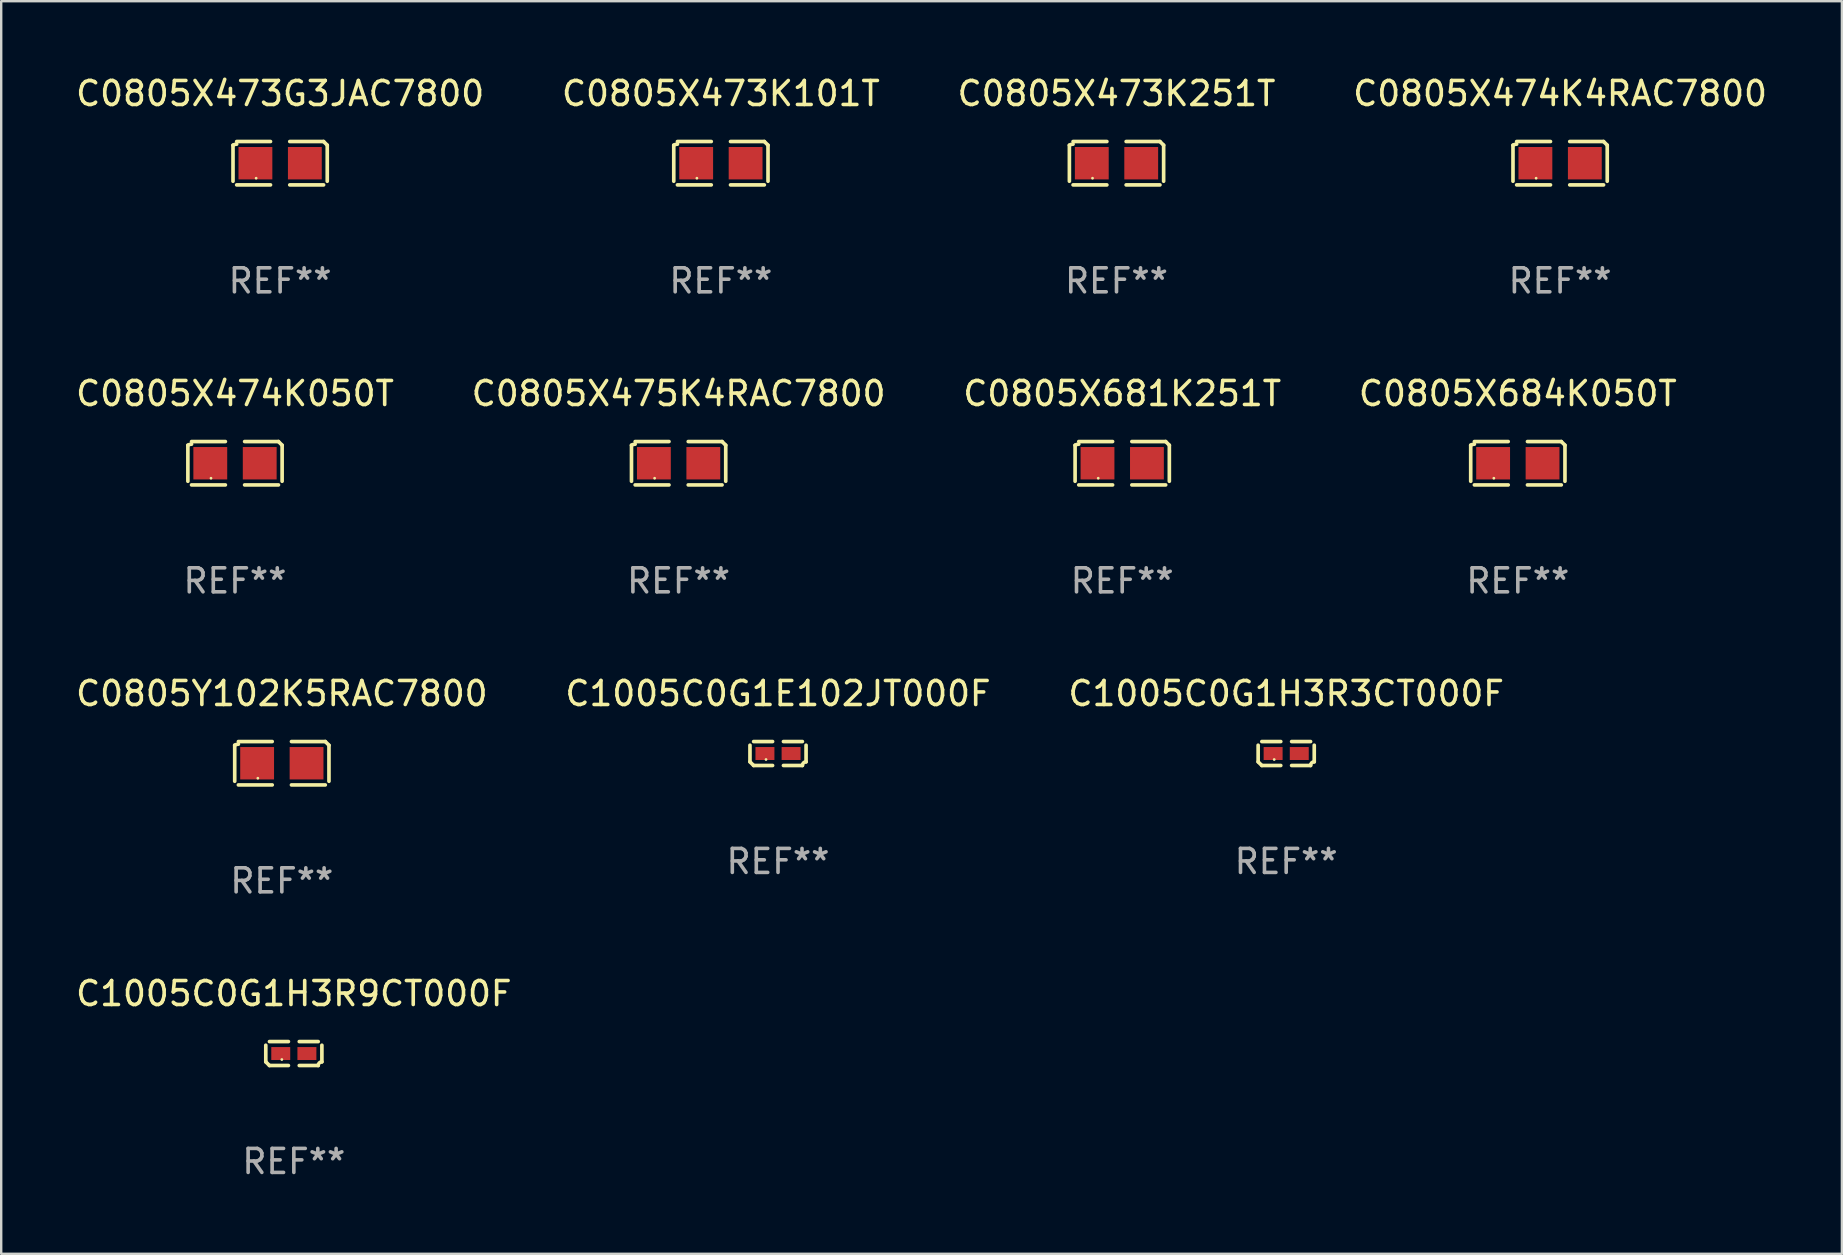
<source format=kicad_pcb>
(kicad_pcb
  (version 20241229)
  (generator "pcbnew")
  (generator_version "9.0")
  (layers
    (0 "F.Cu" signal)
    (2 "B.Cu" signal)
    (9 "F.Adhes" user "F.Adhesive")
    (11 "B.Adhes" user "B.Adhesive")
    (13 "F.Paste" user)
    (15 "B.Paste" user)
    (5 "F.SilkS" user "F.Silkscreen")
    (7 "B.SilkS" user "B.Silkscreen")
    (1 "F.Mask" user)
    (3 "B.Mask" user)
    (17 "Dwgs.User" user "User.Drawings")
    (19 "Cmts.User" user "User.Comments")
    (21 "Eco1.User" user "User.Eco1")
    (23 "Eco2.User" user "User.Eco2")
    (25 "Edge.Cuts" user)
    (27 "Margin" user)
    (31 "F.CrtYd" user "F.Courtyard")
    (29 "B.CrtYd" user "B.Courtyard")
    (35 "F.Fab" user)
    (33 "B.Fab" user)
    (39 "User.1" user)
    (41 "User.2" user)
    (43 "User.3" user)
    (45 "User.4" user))
  (footprint "C0805X473K251T"
    (layer "F.Cu")
    (at 43.482 3.752)
    (property "Reference" "C0805X473K251T" (at 0 -2.904 0) (layer "F.SilkS") (effects (font (size 1 1) (thickness 0.15))))
    (attr through_hole)
    (fp_line (start -1.964 0.751) (end -1.964 -0.751) (stroke (width 0.152) (type solid)) (layer "F.SilkS"))
    (fp_line (start -1.811 -0.904) (end -0.401 -0.904) (stroke (width 0.152) (type solid)) (layer "F.SilkS"))
    (fp_line (start -0.401 0.904) (end -1.811 0.904) (stroke (width 0.152) (type solid)) (layer "F.SilkS"))
    (fp_line (start 0.401 0.904) (end 1.811 0.904) (stroke (width 0.152) (type solid)) (layer "F.SilkS"))
    (fp_line (start 1.811 -0.904) (end 0.401 -0.904) (stroke (width 0.152) (type solid)) (layer "F.SilkS"))
    (fp_line (start 1.964 0.751) (end 1.964 -0.751) (stroke (width 0.152) (type solid)) (layer "F.SilkS"))
    (fp_arc (start -1.963602 -0.751207) (mid -1.890354 -0.783131) (end -1.811201 -0.794044) (stroke (width 0.1524) (type solid)) (layer "F.SilkS"))
    (fp_arc (start 1.811202 -0.903607) (mid 1.887413 -0.827418) (end 1.963602 -0.751207) (stroke (width 0.1524) (type solid)) (layer "F.SilkS"))
    (fp_circle (center -1 0.625) (end -0.97 0.625) (stroke (width 0.06) (type solid)) (fill no) (layer "F.SilkS"))
    (fp_text user "REF**" (at 0 4.904 0) (layer "F.Fab") (effects (font (size 1 1) (thickness 0.15))))
    (pad "1" smd rect (at -1.03 0) (size 1.41 1.35) (layers "F.Cu" "F.Mask" "F.Paste"))
    (pad "2" smd rect (at 1.03 0) (size 1.41 1.35) (layers "F.Cu" "F.Mask" "F.Paste")))
  (footprint "C0805X474K050T"
    (layer "F.Cu")
    (at 6.744 16.256)
    (property "Reference" "C0805X474K050T" (at 0 -2.904 0) (layer "F.SilkS") (effects (font (size 1 1) (thickness 0.15))))
    (attr through_hole)
    (fp_line (start -1.964 0.751) (end -1.964 -0.751) (stroke (width 0.152) (type solid)) (layer "F.SilkS"))
    (fp_line (start -1.811 -0.904) (end -0.401 -0.904) (stroke (width 0.152) (type solid)) (layer "F.SilkS"))
    (fp_line (start -0.401 0.904) (end -1.811 0.904) (stroke (width 0.152) (type solid)) (layer "F.SilkS"))
    (fp_line (start 0.401 0.904) (end 1.811 0.904) (stroke (width 0.152) (type solid)) (layer "F.SilkS"))
    (fp_line (start 1.811 -0.904) (end 0.401 -0.904) (stroke (width 0.152) (type solid)) (layer "F.SilkS"))
    (fp_line (start 1.964 0.751) (end 1.964 -0.751) (stroke (width 0.152) (type solid)) (layer "F.SilkS"))
    (fp_arc (start -1.963602 -0.751207) (mid -1.890354 -0.783131) (end -1.811201 -0.794044) (stroke (width 0.1524) (type solid)) (layer "F.SilkS"))
    (fp_arc (start 1.811202 -0.903607) (mid 1.887413 -0.827418) (end 1.963602 -0.751207) (stroke (width 0.1524) (type solid)) (layer "F.SilkS"))
    (fp_circle (center -1 0.625) (end -0.97 0.625) (stroke (width 0.06) (type solid)) (fill no) (layer "F.SilkS"))
    (fp_text user "REF**" (at 0 4.904 0) (layer "F.Fab") (effects (font (size 1 1) (thickness 0.15))))
    (pad "1" smd rect (at -1.03 0) (size 1.41 1.35) (layers "F.Cu" "F.Mask" "F.Paste"))
    (pad "2" smd rect (at 1.03 0) (size 1.41 1.35) (layers "F.Cu" "F.Mask" "F.Paste")))
  (footprint "C0805X475K4RAC7800"
    (layer "F.Cu")
    (at 25.232 16.256)
    (property "Reference" "C0805X475K4RAC7800" (at 0 -2.904 0) (layer "F.SilkS") (effects (font (size 1 1) (thickness 0.15))))
    (attr through_hole)
    (fp_line (start -1.964 0.751) (end -1.964 -0.751) (stroke (width 0.152) (type solid)) (layer "F.SilkS"))
    (fp_line (start -1.811 -0.904) (end -0.401 -0.904) (stroke (width 0.152) (type solid)) (layer "F.SilkS"))
    (fp_line (start -0.401 0.904) (end -1.811 0.904) (stroke (width 0.152) (type solid)) (layer "F.SilkS"))
    (fp_line (start 0.401 0.904) (end 1.811 0.904) (stroke (width 0.152) (type solid)) (layer "F.SilkS"))
    (fp_line (start 1.811 -0.904) (end 0.401 -0.904) (stroke (width 0.152) (type solid)) (layer "F.SilkS"))
    (fp_line (start 1.964 0.751) (end 1.964 -0.751) (stroke (width 0.152) (type solid)) (layer "F.SilkS"))
    (fp_arc (start -1.963602 -0.751207) (mid -1.890354 -0.783131) (end -1.811201 -0.794044) (stroke (width 0.1524) (type solid)) (layer "F.SilkS"))
    (fp_arc (start 1.811202 -0.903607) (mid 1.887413 -0.827418) (end 1.963602 -0.751207) (stroke (width 0.1524) (type solid)) (layer "F.SilkS"))
    (fp_circle (center -1 0.625) (end -0.97 0.625) (stroke (width 0.06) (type solid)) (fill no) (layer "F.SilkS"))
    (fp_text user "REF**" (at 0 4.904 0) (layer "F.Fab") (effects (font (size 1 1) (thickness 0.15))))
    (pad "1" smd rect (at -1.03 0) (size 1.41 1.35) (layers "F.Cu" "F.Mask" "F.Paste"))
    (pad "2" smd rect (at 1.03 0) (size 1.41 1.35) (layers "F.Cu" "F.Mask" "F.Paste")))
  (footprint "C0805X473K101T"
    (layer "F.Cu")
    (at 26.994 3.752)
    (property "Reference" "C0805X473K101T" (at 0 -2.904 0) (layer "F.SilkS") (effects (font (size 1 1) (thickness 0.15))))
    (attr through_hole)
    (fp_line (start -1.964 0.751) (end -1.964 -0.751) (stroke (width 0.152) (type solid)) (layer "F.SilkS"))
    (fp_line (start -1.811 -0.904) (end -0.401 -0.904) (stroke (width 0.152) (type solid)) (layer "F.SilkS"))
    (fp_line (start -0.401 0.904) (end -1.811 0.904) (stroke (width 0.152) (type solid)) (layer "F.SilkS"))
    (fp_line (start 0.401 0.904) (end 1.811 0.904) (stroke (width 0.152) (type solid)) (layer "F.SilkS"))
    (fp_line (start 1.811 -0.904) (end 0.401 -0.904) (stroke (width 0.152) (type solid)) (layer "F.SilkS"))
    (fp_line (start 1.964 0.751) (end 1.964 -0.751) (stroke (width 0.152) (type solid)) (layer "F.SilkS"))
    (fp_arc (start -1.963602 -0.751207) (mid -1.890354 -0.783131) (end -1.811201 -0.794044) (stroke (width 0.1524) (type solid)) (layer "F.SilkS"))
    (fp_arc (start 1.811202 -0.903607) (mid 1.887413 -0.827418) (end 1.963602 -0.751207) (stroke (width 0.1524) (type solid)) (layer "F.SilkS"))
    (fp_circle (center -1 0.625) (end -0.97 0.625) (stroke (width 0.06) (type solid)) (fill no) (layer "F.SilkS"))
    (fp_text user "REF**" (at 0 4.904 0) (layer "F.Fab") (effects (font (size 1 1) (thickness 0.15))))
    (pad "1" smd rect (at -1.03 0) (size 1.41 1.35) (layers "F.Cu" "F.Mask" "F.Paste"))
    (pad "2" smd rect (at 1.03 0) (size 1.41 1.35) (layers "F.Cu" "F.Mask" "F.Paste")))
  (footprint "C1005C0G1E102JT000F"
    (layer "F.Cu")
    (at 29.375 28.354)
    (property "Reference" "C1005C0G1E102JT000F" (at 0 -2.499 0) (layer "F.SilkS") (effects (font (size 1 1) (thickness 0.15))))
    (attr through_hole)
    (fp_line (start -1.169 0.346) (end -1.169 -0.346) (stroke (width 0.152) (type solid)) (layer "F.SilkS"))
    (fp_line (start -1.016 -0.499) (end -0.226 -0.499) (stroke (width 0.152) (type solid)) (layer "F.SilkS"))
    (fp_line (start -0.226 0.499) (end -1.016 0.499) (stroke (width 0.152) (type solid)) (layer "F.SilkS"))
    (fp_line (start 0.226 0.499) (end 1.016 0.499) (stroke (width 0.152) (type solid)) (layer "F.SilkS"))
    (fp_line (start 1.016 -0.499) (end 0.226 -0.499) (stroke (width 0.152) (type solid)) (layer "F.SilkS"))
    (fp_line (start 1.169 0.346) (end 1.169 -0.346) (stroke (width 0.152) (type solid)) (layer "F.SilkS"))
    (fp_arc (start -1.016307 0.498603) (mid -1.092512 0.422405) (end -1.16871 0.3462) (stroke (width 0.1524) (type solid)) (layer "F.SilkS"))
    (fp_arc (start 1.016307 0.498603) (mid 1.060899 0.390758) (end 1.168707 0.346076) (stroke (width 0.1524) (type solid)) (layer "F.SilkS"))
    (fp_circle (center -0.5 0.25) (end -0.47 0.25) (stroke (width 0.06) (type solid)) (fill no) (layer "F.SilkS"))
    (fp_text user "REF**" (at 0 4.499 0) (layer "F.Fab") (effects (font (size 1 1) (thickness 0.15))))
    (pad "1" smd rect (at -0.545 0) (size 0.79 0.54) (layers "F.Cu" "F.Mask" "F.Paste"))
    (pad "2" smd rect (at 0.545 0) (size 0.79 0.54) (layers "F.Cu" "F.Mask" "F.Paste")))
  (footprint "C0805X681K251T"
    (layer "F.Cu")
    (at 43.72 16.256)
    (property "Reference" "C0805X681K251T" (at 0 -2.904 0) (layer "F.SilkS") (effects (font (size 1 1) (thickness 0.15))))
    (attr through_hole)
    (fp_line (start -1.964 0.751) (end -1.964 -0.751) (stroke (width 0.152) (type solid)) (layer "F.SilkS"))
    (fp_line (start -1.811 -0.904) (end -0.401 -0.904) (stroke (width 0.152) (type solid)) (layer "F.SilkS"))
    (fp_line (start -0.401 0.904) (end -1.811 0.904) (stroke (width 0.152) (type solid)) (layer "F.SilkS"))
    (fp_line (start 0.401 0.904) (end 1.811 0.904) (stroke (width 0.152) (type solid)) (layer "F.SilkS"))
    (fp_line (start 1.811 -0.904) (end 0.401 -0.904) (stroke (width 0.152) (type solid)) (layer "F.SilkS"))
    (fp_line (start 1.964 0.751) (end 1.964 -0.751) (stroke (width 0.152) (type solid)) (layer "F.SilkS"))
    (fp_arc (start -1.963602 -0.751207) (mid -1.890354 -0.783131) (end -1.811201 -0.794044) (stroke (width 0.1524) (type solid)) (layer "F.SilkS"))
    (fp_arc (start 1.811202 -0.903607) (mid 1.887413 -0.827418) (end 1.963602 -0.751207) (stroke (width 0.1524) (type solid)) (layer "F.SilkS"))
    (fp_circle (center -1 0.625) (end -0.97 0.625) (stroke (width 0.06) (type solid)) (fill no) (layer "F.SilkS"))
    (fp_text user "REF**" (at 0 4.904 0) (layer "F.Fab") (effects (font (size 1 1) (thickness 0.15))))
    (pad "1" smd rect (at -1.03 0) (size 1.41 1.35) (layers "F.Cu" "F.Mask" "F.Paste"))
    (pad "2" smd rect (at 1.03 0) (size 1.41 1.35) (layers "F.Cu" "F.Mask" "F.Paste")))
  (footprint "C0805X474K4RAC7800"
    (layer "F.Cu")
    (at 61.97 3.752)
    (property "Reference" "C0805X474K4RAC7800" (at 0 -2.904 0) (layer "F.SilkS") (effects (font (size 1 1) (thickness 0.15))))
    (attr through_hole)
    (fp_line (start -1.964 0.751) (end -1.964 -0.751) (stroke (width 0.152) (type solid)) (layer "F.SilkS"))
    (fp_line (start -1.811 -0.904) (end -0.401 -0.904) (stroke (width 0.152) (type solid)) (layer "F.SilkS"))
    (fp_line (start -0.401 0.904) (end -1.811 0.904) (stroke (width 0.152) (type solid)) (layer "F.SilkS"))
    (fp_line (start 0.401 0.904) (end 1.811 0.904) (stroke (width 0.152) (type solid)) (layer "F.SilkS"))
    (fp_line (start 1.811 -0.904) (end 0.401 -0.904) (stroke (width 0.152) (type solid)) (layer "F.SilkS"))
    (fp_line (start 1.964 0.751) (end 1.964 -0.751) (stroke (width 0.152) (type solid)) (layer "F.SilkS"))
    (fp_arc (start -1.963602 -0.751207) (mid -1.890354 -0.783131) (end -1.811201 -0.794044) (stroke (width 0.1524) (type solid)) (layer "F.SilkS"))
    (fp_arc (start 1.811202 -0.903607) (mid 1.887413 -0.827418) (end 1.963602 -0.751207) (stroke (width 0.1524) (type solid)) (layer "F.SilkS"))
    (fp_circle (center -1 0.625) (end -0.97 0.625) (stroke (width 0.06) (type solid)) (fill no) (layer "F.SilkS"))
    (fp_text user "REF**" (at 0 4.904 0) (layer "F.Fab") (effects (font (size 1 1) (thickness 0.15))))
    (pad "1" smd rect (at -1.03 0) (size 1.41 1.35) (layers "F.Cu" "F.Mask" "F.Paste"))
    (pad "2" smd rect (at 1.03 0) (size 1.41 1.35) (layers "F.Cu" "F.Mask" "F.Paste")))
  (footprint "C1005C0G1H3R9CT000F"
    (layer "F.Cu")
    (at 9.196 40.858)
    (property "Reference" "C1005C0G1H3R9CT000F" (at 0 -2.499 0) (layer "F.SilkS") (effects (font (size 1 1) (thickness 0.15))))
    (attr through_hole)
    (fp_line (start -1.169 0.346) (end -1.169 -0.346) (stroke (width 0.152) (type solid)) (layer "F.SilkS"))
    (fp_line (start -1.016 -0.499) (end -0.226 -0.499) (stroke (width 0.152) (type solid)) (layer "F.SilkS"))
    (fp_line (start -0.226 0.499) (end -1.016 0.499) (stroke (width 0.152) (type solid)) (layer "F.SilkS"))
    (fp_line (start 0.226 0.499) (end 1.016 0.499) (stroke (width 0.152) (type solid)) (layer "F.SilkS"))
    (fp_line (start 1.016 -0.499) (end 0.226 -0.499) (stroke (width 0.152) (type solid)) (layer "F.SilkS"))
    (fp_line (start 1.169 0.346) (end 1.169 -0.346) (stroke (width 0.152) (type solid)) (layer "F.SilkS"))
    (fp_arc (start -1.016307 0.498603) (mid -1.092512 0.422405) (end -1.16871 0.3462) (stroke (width 0.1524) (type solid)) (layer "F.SilkS"))
    (fp_arc (start 1.016307 0.498603) (mid 1.060899 0.390758) (end 1.168707 0.346076) (stroke (width 0.1524) (type solid)) (layer "F.SilkS"))
    (fp_circle (center -0.5 0.25) (end -0.47 0.25) (stroke (width 0.06) (type solid)) (fill no) (layer "F.SilkS"))
    (fp_text user "REF**" (at 0 4.499 0) (layer "F.Fab") (effects (font (size 1 1) (thickness 0.15))))
    (pad "1" smd rect (at -0.545 0) (size 0.79 0.54) (layers "F.Cu" "F.Mask" "F.Paste"))
    (pad "2" smd rect (at 0.545 0) (size 0.79 0.54) (layers "F.Cu" "F.Mask" "F.Paste")))
  (footprint "C0805X684K050T"
    (layer "F.Cu")
    (at 60.208 16.256)
    (property "Reference" "C0805X684K050T" (at 0 -2.904 0) (layer "F.SilkS") (effects (font (size 1 1) (thickness 0.15))))
    (attr through_hole)
    (fp_line (start -1.964 0.751) (end -1.964 -0.751) (stroke (width 0.152) (type solid)) (layer "F.SilkS"))
    (fp_line (start -1.811 -0.904) (end -0.401 -0.904) (stroke (width 0.152) (type solid)) (layer "F.SilkS"))
    (fp_line (start -0.401 0.904) (end -1.811 0.904) (stroke (width 0.152) (type solid)) (layer "F.SilkS"))
    (fp_line (start 0.401 0.904) (end 1.811 0.904) (stroke (width 0.152) (type solid)) (layer "F.SilkS"))
    (fp_line (start 1.811 -0.904) (end 0.401 -0.904) (stroke (width 0.152) (type solid)) (layer "F.SilkS"))
    (fp_line (start 1.964 0.751) (end 1.964 -0.751) (stroke (width 0.152) (type solid)) (layer "F.SilkS"))
    (fp_arc (start -1.963602 -0.751207) (mid -1.890354 -0.783131) (end -1.811201 -0.794044) (stroke (width 0.1524) (type solid)) (layer "F.SilkS"))
    (fp_arc (start 1.811202 -0.903607) (mid 1.887413 -0.827418) (end 1.963602 -0.751207) (stroke (width 0.1524) (type solid)) (layer "F.SilkS"))
    (fp_circle (center -1 0.625) (end -0.97 0.625) (stroke (width 0.06) (type solid)) (fill no) (layer "F.SilkS"))
    (fp_text user "REF**" (at 0 4.904 0) (layer "F.Fab") (effects (font (size 1 1) (thickness 0.15))))
    (pad "1" smd rect (at -1.03 0) (size 1.41 1.35) (layers "F.Cu" "F.Mask" "F.Paste"))
    (pad "2" smd rect (at 1.03 0) (size 1.41 1.35) (layers "F.Cu" "F.Mask" "F.Paste")))
  (footprint "C0805X473G3JAC7800"
    (layer "F.Cu")
    (at 8.625 3.752)
    (property "Reference" "C0805X473G3JAC7800" (at 0 -2.904 0) (layer "F.SilkS") (effects (font (size 1 1) (thickness 0.15))))
    (attr through_hole)
    (fp_line (start -1.964 0.751) (end -1.964 -0.751) (stroke (width 0.152) (type solid)) (layer "F.SilkS"))
    (fp_line (start -1.811 -0.904) (end -0.401 -0.904) (stroke (width 0.152) (type solid)) (layer "F.SilkS"))
    (fp_line (start -0.401 0.904) (end -1.811 0.904) (stroke (width 0.152) (type solid)) (layer "F.SilkS"))
    (fp_line (start 0.401 0.904) (end 1.811 0.904) (stroke (width 0.152) (type solid)) (layer "F.SilkS"))
    (fp_line (start 1.811 -0.904) (end 0.401 -0.904) (stroke (width 0.152) (type solid)) (layer "F.SilkS"))
    (fp_line (start 1.964 0.751) (end 1.964 -0.751) (stroke (width 0.152) (type solid)) (layer "F.SilkS"))
    (fp_arc (start -1.963602 -0.751207) (mid -1.890354 -0.783131) (end -1.811201 -0.794044) (stroke (width 0.1524) (type solid)) (layer "F.SilkS"))
    (fp_arc (start 1.811202 -0.903607) (mid 1.887413 -0.827418) (end 1.963602 -0.751207) (stroke (width 0.1524) (type solid)) (layer "F.SilkS"))
    (fp_circle (center -1 0.625) (end -0.97 0.625) (stroke (width 0.06) (type solid)) (fill no) (layer "F.SilkS"))
    (fp_text user "REF**" (at 0 4.904 0) (layer "F.Fab") (effects (font (size 1 1) (thickness 0.15))))
    (pad "1" smd rect (at -1.03 0) (size 1.41 1.35) (layers "F.Cu" "F.Mask" "F.Paste"))
    (pad "2" smd rect (at 1.03 0) (size 1.41 1.35) (layers "F.Cu" "F.Mask" "F.Paste")))
  (footprint "C0805Y102K5RAC7800"
    (layer "F.Cu")
    (at 8.696 28.759)
    (property "Reference" "C0805Y102K5RAC7800" (at 0 -2.904 0) (layer "F.SilkS") (effects (font (size 1 1) (thickness 0.15))))
    (attr through_hole)
    (fp_line (start -1.964 0.751) (end -1.964 -0.751) (stroke (width 0.152) (type solid)) (layer "F.SilkS"))
    (fp_line (start -1.811 -0.904) (end -0.401 -0.904) (stroke (width 0.152) (type solid)) (layer "F.SilkS"))
    (fp_line (start -0.401 0.904) (end -1.811 0.904) (stroke (width 0.152) (type solid)) (layer "F.SilkS"))
    (fp_line (start 0.401 0.904) (end 1.811 0.904) (stroke (width 0.152) (type solid)) (layer "F.SilkS"))
    (fp_line (start 1.811 -0.904) (end 0.401 -0.904) (stroke (width 0.152) (type solid)) (layer "F.SilkS"))
    (fp_line (start 1.964 0.751) (end 1.964 -0.751) (stroke (width 0.152) (type solid)) (layer "F.SilkS"))
    (fp_arc (start -1.963602 -0.751207) (mid -1.890354 -0.783131) (end -1.811201 -0.794044) (stroke (width 0.1524) (type solid)) (layer "F.SilkS"))
    (fp_arc (start 1.811202 -0.903607) (mid 1.887413 -0.827418) (end 1.963602 -0.751207) (stroke (width 0.1524) (type solid)) (layer "F.SilkS"))
    (fp_circle (center -1 0.625) (end -0.97 0.625) (stroke (width 0.06) (type solid)) (fill no) (layer "F.SilkS"))
    (fp_text user "REF**" (at 0 4.904 0) (layer "F.Fab") (effects (font (size 1 1) (thickness 0.15))))
    (pad "1" smd rect (at -1.03 0) (size 1.41 1.35) (layers "F.Cu" "F.Mask" "F.Paste"))
    (pad "2" smd rect (at 1.03 0) (size 1.41 1.35) (layers "F.Cu" "F.Mask" "F.Paste")))
  (footprint "C1005C0G1H3R3CT000F"
    (layer "F.Cu")
    (at 50.554 28.354)
    (property "Reference" "C1005C0G1H3R3CT000F" (at 0 -2.499 0) (layer "F.SilkS") (effects (font (size 1 1) (thickness 0.15))))
    (attr through_hole)
    (fp_line (start -1.169 0.346) (end -1.169 -0.346) (stroke (width 0.152) (type solid)) (layer "F.SilkS"))
    (fp_line (start -1.016 -0.499) (end -0.226 -0.499) (stroke (width 0.152) (type solid)) (layer "F.SilkS"))
    (fp_line (start -0.226 0.499) (end -1.016 0.499) (stroke (width 0.152) (type solid)) (layer "F.SilkS"))
    (fp_line (start 0.226 0.499) (end 1.016 0.499) (stroke (width 0.152) (type solid)) (layer "F.SilkS"))
    (fp_line (start 1.016 -0.499) (end 0.226 -0.499) (stroke (width 0.152) (type solid)) (layer "F.SilkS"))
    (fp_line (start 1.169 0.346) (end 1.169 -0.346) (stroke (width 0.152) (type solid)) (layer "F.SilkS"))
    (fp_arc (start -1.016307 0.498603) (mid -1.092512 0.422405) (end -1.16871 0.3462) (stroke (width 0.1524) (type solid)) (layer "F.SilkS"))
    (fp_arc (start 1.016307 0.498603) (mid 1.060899 0.390758) (end 1.168707 0.346076) (stroke (width 0.1524) (type solid)) (layer "F.SilkS"))
    (fp_circle (center -0.5 0.25) (end -0.47 0.25) (stroke (width 0.06) (type solid)) (fill no) (layer "F.SilkS"))
    (fp_text user "REF**" (at 0 4.499 0) (layer "F.Fab") (effects (font (size 1 1) (thickness 0.15))))
    (pad "1" smd rect (at -0.545 0) (size 0.79 0.54) (layers "F.Cu" "F.Mask" "F.Paste"))
    (pad "2" smd rect (at 0.545 0) (size 0.79 0.54) (layers "F.Cu" "F.Mask" "F.Paste")))
  (gr_rect
    (start -3 -3)
    (end 73.714 49.205)
    (stroke (width 0.1) (type default))
    (fill no)
    (layer "Edge.Cuts")))
</source>
